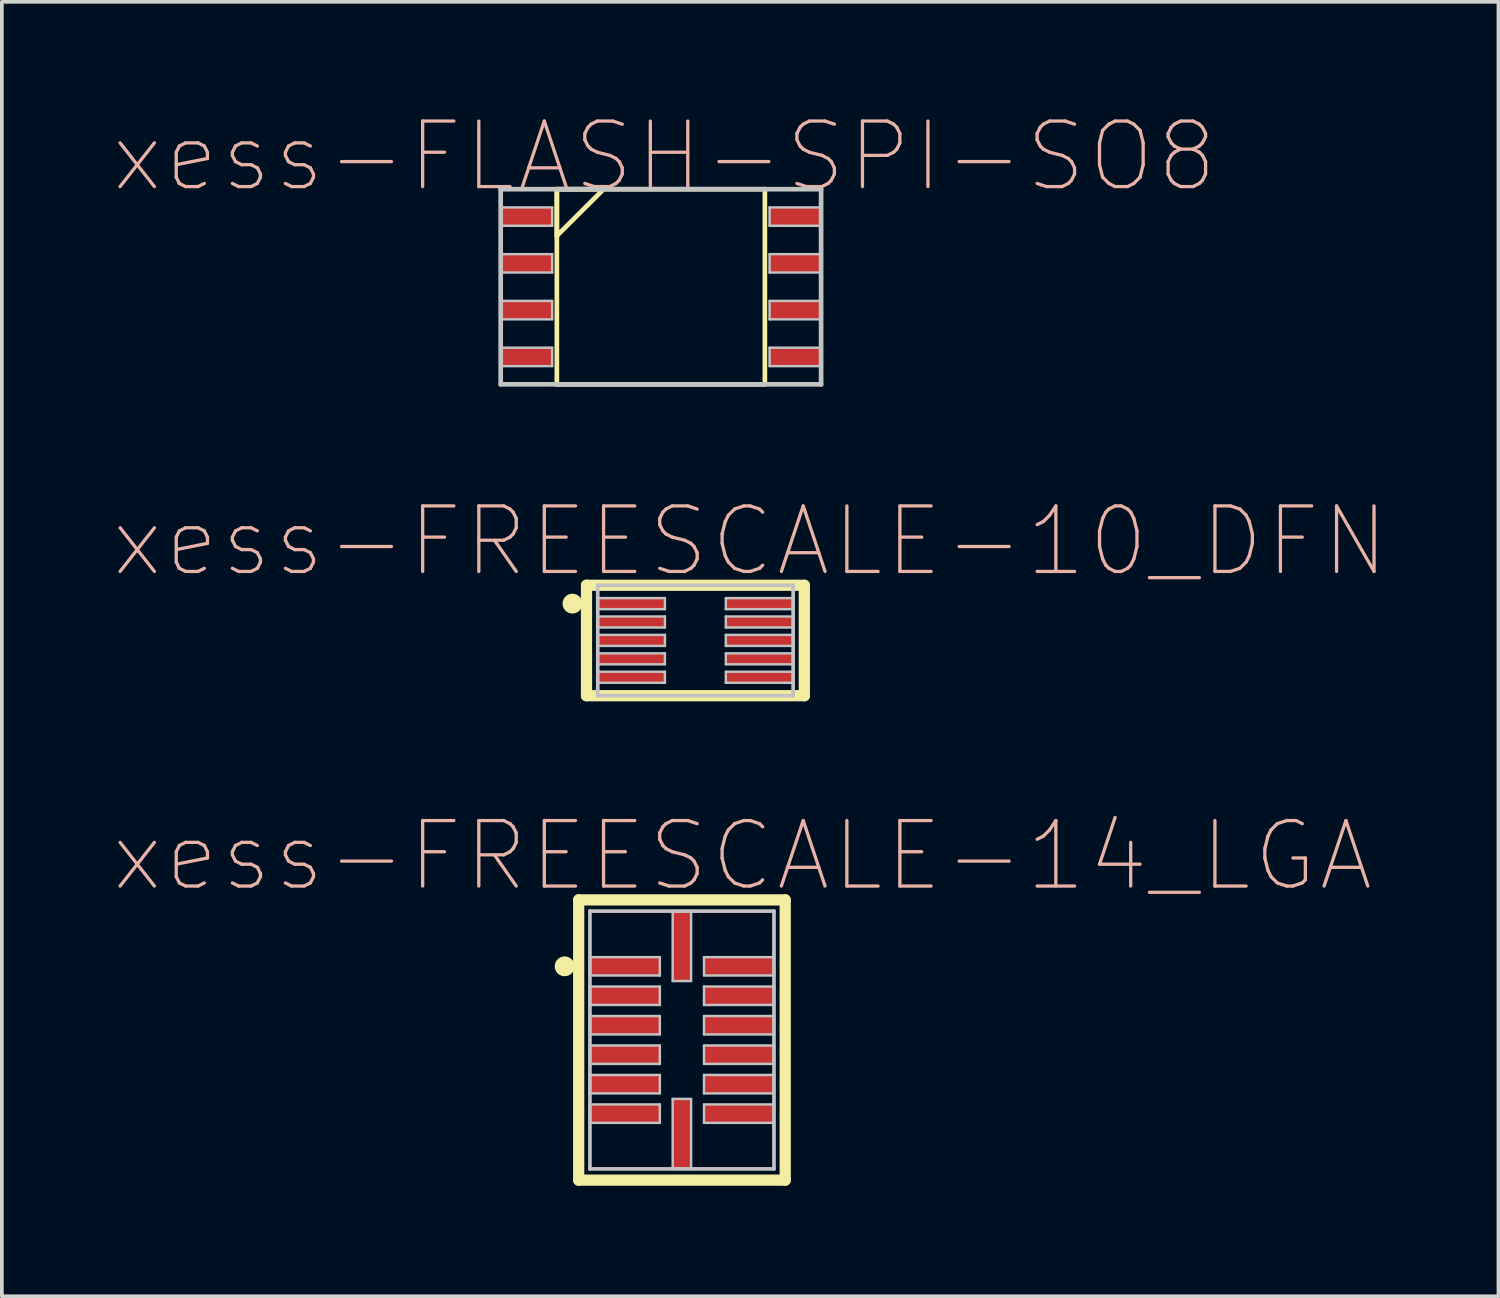
<source format=kicad_pcb>
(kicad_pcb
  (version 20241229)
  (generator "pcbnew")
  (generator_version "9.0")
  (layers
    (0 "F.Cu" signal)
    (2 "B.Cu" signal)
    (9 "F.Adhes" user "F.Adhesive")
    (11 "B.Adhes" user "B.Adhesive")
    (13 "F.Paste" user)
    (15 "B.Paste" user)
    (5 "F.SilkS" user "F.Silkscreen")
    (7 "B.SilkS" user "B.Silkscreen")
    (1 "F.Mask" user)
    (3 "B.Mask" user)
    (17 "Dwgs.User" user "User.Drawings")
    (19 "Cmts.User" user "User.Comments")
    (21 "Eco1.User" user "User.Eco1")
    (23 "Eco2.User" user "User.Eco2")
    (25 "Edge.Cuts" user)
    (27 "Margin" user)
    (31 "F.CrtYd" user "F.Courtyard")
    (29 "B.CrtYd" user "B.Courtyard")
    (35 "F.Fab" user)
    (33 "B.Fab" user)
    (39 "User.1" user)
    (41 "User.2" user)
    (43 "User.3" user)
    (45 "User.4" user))
  (footprint "xess-FREESCALE-10_DFN"
    (layer "F.Cu")
    (at 14.793 13.335)
    (property "Reference" "xess-FREESCALE-10_DFN" (at 2.52 -1.692 0) (layer "B.SilkS") (effects (font (size 1.778 1.778) (thickness 0.089))))
    (attr smd)
    (fp_line (start -1.923 -0.498) (end -1.923 2.499) (stroke (width 0.305) (type solid)) (layer "F.SilkS"))
    (fp_line (start -1.923 2.499) (end 3.99 2.499) (stroke (width 0.305) (type solid)) (layer "F.SilkS"))
    (fp_line (start 3.99 -0.498) (end -1.923 -0.498) (stroke (width 0.305) (type solid)) (layer "F.SilkS"))
    (fp_line (start 3.99 2.499) (end 3.99 -0.498) (stroke (width 0.305) (type solid)) (layer "F.SilkS"))
    (fp_circle (center -2.304 0) (end -2.494 0.191) (stroke (width 0) (type solid)) (fill yes) (layer "F.SilkS"))
    (fp_line (start -1.618 -0.498) (end -1.618 2.499) (stroke (width 0.1) (type solid)) (layer "Dwgs.User"))
    (fp_line (start -1.618 -0.15) (end 0.206 -0.15) (stroke (width 0.066) (type solid)) (layer "Dwgs.User"))
    (fp_line (start -1.618 0.15) (end -1.618 -0.15) (stroke (width 0.066) (type solid)) (layer "Dwgs.User"))
    (fp_line (start -1.618 0.15) (end 0.206 0.15) (stroke (width 0.066) (type solid)) (layer "Dwgs.User"))
    (fp_line (start -1.618 0.348) (end 0.206 0.348) (stroke (width 0.066) (type solid)) (layer "Dwgs.User"))
    (fp_line (start -1.618 0.648) (end -1.618 0.348) (stroke (width 0.066) (type solid)) (layer "Dwgs.User"))
    (fp_line (start -1.618 0.648) (end 0.206 0.648) (stroke (width 0.066) (type solid)) (layer "Dwgs.User"))
    (fp_line (start -1.618 0.848) (end 0.206 0.848) (stroke (width 0.066) (type solid)) (layer "Dwgs.User"))
    (fp_line (start -1.618 1.148) (end -1.618 0.848) (stroke (width 0.066) (type solid)) (layer "Dwgs.User"))
    (fp_line (start -1.618 1.148) (end 0.206 1.148) (stroke (width 0.066) (type solid)) (layer "Dwgs.User"))
    (fp_line (start -1.618 1.349) (end 0.206 1.349) (stroke (width 0.066) (type solid)) (layer "Dwgs.User"))
    (fp_line (start -1.618 1.648) (end -1.618 1.349) (stroke (width 0.066) (type solid)) (layer "Dwgs.User"))
    (fp_line (start -1.618 1.648) (end 0.206 1.648) (stroke (width 0.066) (type solid)) (layer "Dwgs.User"))
    (fp_line (start -1.618 1.849) (end 0.206 1.849) (stroke (width 0.066) (type solid)) (layer "Dwgs.User"))
    (fp_line (start -1.618 2.149) (end -1.618 1.849) (stroke (width 0.066) (type solid)) (layer "Dwgs.User"))
    (fp_line (start -1.618 2.149) (end 0.206 2.149) (stroke (width 0.066) (type solid)) (layer "Dwgs.User"))
    (fp_line (start -1.618 2.499) (end 3.686 2.499) (stroke (width 0.1) (type solid)) (layer "Dwgs.User"))
    (fp_line (start 0.206 0.15) (end 0.206 -0.15) (stroke (width 0.066) (type solid)) (layer "Dwgs.User"))
    (fp_line (start 0.206 0.648) (end 0.206 0.348) (stroke (width 0.066) (type solid)) (layer "Dwgs.User"))
    (fp_line (start 0.206 1.148) (end 0.206 0.848) (stroke (width 0.066) (type solid)) (layer "Dwgs.User"))
    (fp_line (start 0.206 1.648) (end 0.206 1.349) (stroke (width 0.066) (type solid)) (layer "Dwgs.User"))
    (fp_line (start 0.206 2.149) (end 0.206 1.849) (stroke (width 0.066) (type solid)) (layer "Dwgs.User"))
    (fp_line (start 1.859 -0.15) (end 3.686 -0.15) (stroke (width 0.066) (type solid)) (layer "Dwgs.User"))
    (fp_line (start 1.859 0.15) (end 1.859 -0.15) (stroke (width 0.066) (type solid)) (layer "Dwgs.User"))
    (fp_line (start 1.859 0.15) (end 3.686 0.15) (stroke (width 0.066) (type solid)) (layer "Dwgs.User"))
    (fp_line (start 1.859 0.348) (end 3.686 0.348) (stroke (width 0.066) (type solid)) (layer "Dwgs.User"))
    (fp_line (start 1.859 0.648) (end 1.859 0.348) (stroke (width 0.066) (type solid)) (layer "Dwgs.User"))
    (fp_line (start 1.859 0.648) (end 3.686 0.648) (stroke (width 0.066) (type solid)) (layer "Dwgs.User"))
    (fp_line (start 1.859 0.848) (end 3.686 0.848) (stroke (width 0.066) (type solid)) (layer "Dwgs.User"))
    (fp_line (start 1.859 1.148) (end 1.859 0.848) (stroke (width 0.066) (type solid)) (layer "Dwgs.User"))
    (fp_line (start 1.859 1.148) (end 3.686 1.148) (stroke (width 0.066) (type solid)) (layer "Dwgs.User"))
    (fp_line (start 1.859 1.349) (end 3.686 1.349) (stroke (width 0.066) (type solid)) (layer "Dwgs.User"))
    (fp_line (start 1.859 1.648) (end 1.859 1.349) (stroke (width 0.066) (type solid)) (layer "Dwgs.User"))
    (fp_line (start 1.859 1.648) (end 3.686 1.648) (stroke (width 0.066) (type solid)) (layer "Dwgs.User"))
    (fp_line (start 1.859 1.849) (end 3.686 1.849) (stroke (width 0.066) (type solid)) (layer "Dwgs.User"))
    (fp_line (start 1.859 2.149) (end 1.859 1.849) (stroke (width 0.066) (type solid)) (layer "Dwgs.User"))
    (fp_line (start 1.859 2.149) (end 3.686 2.149) (stroke (width 0.066) (type solid)) (layer "Dwgs.User"))
    (fp_line (start 3.686 -0.498) (end -1.618 -0.498) (stroke (width 0.1) (type solid)) (layer "Dwgs.User"))
    (fp_line (start 3.686 0.15) (end 3.686 -0.15) (stroke (width 0.066) (type solid)) (layer "Dwgs.User"))
    (fp_line (start 3.686 0.648) (end 3.686 0.348) (stroke (width 0.066) (type solid)) (layer "Dwgs.User"))
    (fp_line (start 3.686 1.148) (end 3.686 0.848) (stroke (width 0.066) (type solid)) (layer "Dwgs.User"))
    (fp_line (start 3.686 1.648) (end 3.686 1.349) (stroke (width 0.066) (type solid)) (layer "Dwgs.User"))
    (fp_line (start 3.686 2.149) (end 3.686 1.849) (stroke (width 0.066) (type solid)) (layer "Dwgs.User"))
    (fp_line (start 3.686 2.499) (end 3.686 -0.498) (stroke (width 0.1) (type solid)) (layer "Dwgs.User"))
    (pad "1" smd rect (at -0.706 0) (size 1.824 0.3) (layers "F.Cu" "F.Mask" "F.Paste"))
    (pad "2" smd rect (at -0.706 0.498) (size 1.824 0.3) (layers "F.Cu" "F.Mask" "F.Paste"))
    (pad "3" smd rect (at -0.706 0.998) (size 1.824 0.3) (layers "F.Cu" "F.Mask" "F.Paste"))
    (pad "4" smd rect (at -0.706 1.499) (size 1.824 0.3) (layers "F.Cu" "F.Mask" "F.Paste"))
    (pad "5" smd rect (at -0.706 1.999) (size 1.824 0.3) (layers "F.Cu" "F.Mask" "F.Paste"))
    (pad "6" smd rect (at 2.774 1.999) (size 1.824 0.3) (layers "F.Cu" "F.Mask" "F.Paste"))
    (pad "7" smd rect (at 2.774 1.499) (size 1.824 0.3) (layers "F.Cu" "F.Mask" "F.Paste"))
    (pad "8" smd rect (at 2.774 0.998) (size 1.824 0.3) (layers "F.Cu" "F.Mask" "F.Paste"))
    (pad "9" smd rect (at 2.774 0.498) (size 1.824 0.3) (layers "F.Cu" "F.Mask" "F.Paste"))
    (pad "10" smd rect (at 2.774 0) (size 1.824 0.3) (layers "F.Cu" "F.Mask" "F.Paste")))
  (footprint "xess-FLASH-SPI-SO8"
    (layer "F.Cu")
    (at 11.339 2.829)
    (property "Reference" "xess-FLASH-SPI-SO8" (at 3.645 -1.633 0) (layer "B.SilkS") (effects (font (size 1.778 1.778) (thickness 0.089))))
    (attr smd)
    (fp_line (start 0.726 -0.744) (end 0.726 0.523) (stroke (width 0.127) (type solid)) (layer "F.SilkS"))
    (fp_line (start 0.726 -0.744) (end 0.726 4.554) (stroke (width 0.127) (type solid)) (layer "F.SilkS"))
    (fp_line (start 0.726 0.523) (end 1.996 -0.744) (stroke (width 0.127) (type solid)) (layer "F.SilkS"))
    (fp_line (start 0.726 4.554) (end 6.373 4.554) (stroke (width 0.127) (type solid)) (layer "F.SilkS"))
    (fp_line (start 1.996 -0.744) (end 0.726 -0.744) (stroke (width 0.127) (type solid)) (layer "F.SilkS"))
    (fp_line (start 6.373 -0.744) (end 0.726 -0.744) (stroke (width 0.127) (type solid)) (layer "F.SilkS"))
    (fp_line (start 6.373 4.554) (end 6.373 -0.744) (stroke (width 0.127) (type solid)) (layer "F.SilkS"))
    (fp_line (start -0.798 -0.744) (end -0.798 4.554) (stroke (width 0.127) (type solid)) (layer "Dwgs.User"))
    (fp_line (start -0.798 -0.249) (end 0.599 -0.249) (stroke (width 0.066) (type solid)) (layer "Dwgs.User"))
    (fp_line (start -0.798 0.249) (end -0.798 -0.249) (stroke (width 0.066) (type solid)) (layer "Dwgs.User"))
    (fp_line (start -0.798 0.249) (end 0.599 0.249) (stroke (width 0.066) (type solid)) (layer "Dwgs.User"))
    (fp_line (start -0.798 1.019) (end 0.599 1.019) (stroke (width 0.066) (type solid)) (layer "Dwgs.User"))
    (fp_line (start -0.798 1.519) (end -0.798 1.019) (stroke (width 0.066) (type solid)) (layer "Dwgs.User"))
    (fp_line (start -0.798 1.519) (end 0.599 1.519) (stroke (width 0.066) (type solid)) (layer "Dwgs.User"))
    (fp_line (start -0.798 2.289) (end 0.599 2.289) (stroke (width 0.066) (type solid)) (layer "Dwgs.User"))
    (fp_line (start -0.798 2.789) (end -0.798 2.289) (stroke (width 0.066) (type solid)) (layer "Dwgs.User"))
    (fp_line (start -0.798 2.789) (end 0.599 2.789) (stroke (width 0.066) (type solid)) (layer "Dwgs.User"))
    (fp_line (start -0.798 3.559) (end 0.599 3.559) (stroke (width 0.066) (type solid)) (layer "Dwgs.User"))
    (fp_line (start -0.798 4.059) (end -0.798 3.559) (stroke (width 0.066) (type solid)) (layer "Dwgs.User"))
    (fp_line (start -0.798 4.059) (end 0.599 4.059) (stroke (width 0.066) (type solid)) (layer "Dwgs.User"))
    (fp_line (start -0.798 4.554) (end 7.899 4.554) (stroke (width 0.127) (type solid)) (layer "Dwgs.User"))
    (fp_line (start 0.599 0.249) (end 0.599 -0.249) (stroke (width 0.066) (type solid)) (layer "Dwgs.User"))
    (fp_line (start 0.599 1.519) (end 0.599 1.019) (stroke (width 0.066) (type solid)) (layer "Dwgs.User"))
    (fp_line (start 0.599 2.789) (end 0.599 2.289) (stroke (width 0.066) (type solid)) (layer "Dwgs.User"))
    (fp_line (start 0.599 4.059) (end 0.599 3.559) (stroke (width 0.066) (type solid)) (layer "Dwgs.User"))
    (fp_line (start 6.5 -0.249) (end 7.899 -0.249) (stroke (width 0.066) (type solid)) (layer "Dwgs.User"))
    (fp_line (start 6.5 0.249) (end 6.5 -0.249) (stroke (width 0.066) (type solid)) (layer "Dwgs.User"))
    (fp_line (start 6.5 0.249) (end 7.899 0.249) (stroke (width 0.066) (type solid)) (layer "Dwgs.User"))
    (fp_line (start 6.5 1.019) (end 7.899 1.019) (stroke (width 0.066) (type solid)) (layer "Dwgs.User"))
    (fp_line (start 6.5 1.519) (end 6.5 1.019) (stroke (width 0.066) (type solid)) (layer "Dwgs.User"))
    (fp_line (start 6.5 1.519) (end 7.899 1.519) (stroke (width 0.066) (type solid)) (layer "Dwgs.User"))
    (fp_line (start 6.5 2.289) (end 7.899 2.289) (stroke (width 0.066) (type solid)) (layer "Dwgs.User"))
    (fp_line (start 6.5 2.789) (end 6.5 2.289) (stroke (width 0.066) (type solid)) (layer "Dwgs.User"))
    (fp_line (start 6.5 2.789) (end 7.899 2.789) (stroke (width 0.066) (type solid)) (layer "Dwgs.User"))
    (fp_line (start 6.5 3.559) (end 7.899 3.559) (stroke (width 0.066) (type solid)) (layer "Dwgs.User"))
    (fp_line (start 6.5 4.059) (end 6.5 3.559) (stroke (width 0.066) (type solid)) (layer "Dwgs.User"))
    (fp_line (start 6.5 4.059) (end 7.899 4.059) (stroke (width 0.066) (type solid)) (layer "Dwgs.User"))
    (fp_line (start 7.899 -0.744) (end -0.798 -0.744) (stroke (width 0.127) (type solid)) (layer "Dwgs.User"))
    (fp_line (start 7.899 0.249) (end 7.899 -0.249) (stroke (width 0.066) (type solid)) (layer "Dwgs.User"))
    (fp_line (start 7.899 1.519) (end 7.899 1.019) (stroke (width 0.066) (type solid)) (layer "Dwgs.User"))
    (fp_line (start 7.899 2.789) (end 7.899 2.289) (stroke (width 0.066) (type solid)) (layer "Dwgs.User"))
    (fp_line (start 7.899 4.059) (end 7.899 3.559) (stroke (width 0.066) (type solid)) (layer "Dwgs.User"))
    (fp_line (start 7.899 4.554) (end 7.899 -0.744) (stroke (width 0.127) (type solid)) (layer "Dwgs.User"))
    (pad "1" smd rect (at -0.099 0) (size 1.4 0.498) (layers "F.Cu" "F.Mask" "F.Paste"))
    (pad "2" smd rect (at -0.099 1.27) (size 1.4 0.498) (layers "F.Cu" "F.Mask" "F.Paste"))
    (pad "3" smd rect (at -0.099 2.54) (size 1.4 0.498) (layers "F.Cu" "F.Mask" "F.Paste"))
    (pad "4" smd rect (at -0.099 3.81) (size 1.4 0.498) (layers "F.Cu" "F.Mask" "F.Paste"))
    (pad "5" smd rect (at 7.198 3.81) (size 1.4 0.498) (layers "F.Cu" "F.Mask" "F.Paste"))
    (pad "6" smd rect (at 7.198 2.54) (size 1.4 0.498) (layers "F.Cu" "F.Mask" "F.Paste"))
    (pad "7" smd rect (at 7.198 1.27) (size 1.4 0.498) (layers "F.Cu" "F.Mask" "F.Paste"))
    (pad "8" smd rect (at 7.198 0) (size 1.4 0.498) (layers "F.Cu" "F.Mask" "F.Paste")))
  (footprint "xess-FREESCALE-14_LGA"
    (layer "F.Cu")
    (at 14.411 23.18)
    (property "Reference" "xess-FREESCALE-14_LGA" (at 2.69 -2.997 0) (layer "B.SilkS") (effects (font (size 1.778 1.778) (thickness 0.089))))
    (attr smd)
    (fp_line (start -1.753 -1.803) (end -1.753 5.804) (stroke (width 0.305) (type solid)) (layer "F.SilkS"))
    (fp_line (start -1.753 5.804) (end 3.853 5.804) (stroke (width 0.305) (type solid)) (layer "F.SilkS"))
    (fp_line (start 3.853 -1.803) (end -1.753 -1.803) (stroke (width 0.305) (type solid)) (layer "F.SilkS"))
    (fp_line (start 3.853 5.804) (end 3.853 -1.803) (stroke (width 0.305) (type solid)) (layer "F.SilkS"))
    (fp_circle (center -2.134 0) (end -2.324 0.191) (stroke (width 0) (type solid)) (fill yes) (layer "F.SilkS"))
    (fp_line (start -1.448 -1.499) (end -1.448 5.499) (stroke (width 0.1) (type solid)) (layer "Dwgs.User"))
    (fp_line (start -1.448 -0.249) (end 0.45 -0.249) (stroke (width 0.066) (type solid)) (layer "Dwgs.User"))
    (fp_line (start -1.448 0.249) (end -1.448 -0.249) (stroke (width 0.066) (type solid)) (layer "Dwgs.User"))
    (fp_line (start -1.448 0.249) (end 0.45 0.249) (stroke (width 0.066) (type solid)) (layer "Dwgs.User"))
    (fp_line (start -1.448 0.549) (end 0.45 0.549) (stroke (width 0.066) (type solid)) (layer "Dwgs.User"))
    (fp_line (start -1.448 1.049) (end -1.448 0.549) (stroke (width 0.066) (type solid)) (layer "Dwgs.User"))
    (fp_line (start -1.448 1.049) (end 0.45 1.049) (stroke (width 0.066) (type solid)) (layer "Dwgs.User"))
    (fp_line (start -1.448 1.349) (end 0.45 1.349) (stroke (width 0.066) (type solid)) (layer "Dwgs.User"))
    (fp_line (start -1.448 1.849) (end -1.448 1.349) (stroke (width 0.066) (type solid)) (layer "Dwgs.User"))
    (fp_line (start -1.448 1.849) (end 0.45 1.849) (stroke (width 0.066) (type solid)) (layer "Dwgs.User"))
    (fp_line (start -1.448 2.149) (end 0.45 2.149) (stroke (width 0.066) (type solid)) (layer "Dwgs.User"))
    (fp_line (start -1.448 2.649) (end -1.448 2.149) (stroke (width 0.066) (type solid)) (layer "Dwgs.User"))
    (fp_line (start -1.448 2.649) (end 0.45 2.649) (stroke (width 0.066) (type solid)) (layer "Dwgs.User"))
    (fp_line (start -1.448 2.949) (end 0.45 2.949) (stroke (width 0.066) (type solid)) (layer "Dwgs.User"))
    (fp_line (start -1.448 3.449) (end -1.448 2.949) (stroke (width 0.066) (type solid)) (layer "Dwgs.User"))
    (fp_line (start -1.448 3.449) (end 0.45 3.449) (stroke (width 0.066) (type solid)) (layer "Dwgs.User"))
    (fp_line (start -1.448 3.749) (end 0.45 3.749) (stroke (width 0.066) (type solid)) (layer "Dwgs.User"))
    (fp_line (start -1.448 4.249) (end -1.448 3.749) (stroke (width 0.066) (type solid)) (layer "Dwgs.User"))
    (fp_line (start -1.448 4.249) (end 0.45 4.249) (stroke (width 0.066) (type solid)) (layer "Dwgs.User"))
    (fp_line (start -1.448 5.499) (end 3.548 5.499) (stroke (width 0.1) (type solid)) (layer "Dwgs.User"))
    (fp_line (start 0.45 0.249) (end 0.45 -0.249) (stroke (width 0.066) (type solid)) (layer "Dwgs.User"))
    (fp_line (start 0.45 1.049) (end 0.45 0.549) (stroke (width 0.066) (type solid)) (layer "Dwgs.User"))
    (fp_line (start 0.45 1.849) (end 0.45 1.349) (stroke (width 0.066) (type solid)) (layer "Dwgs.User"))
    (fp_line (start 0.45 2.649) (end 0.45 2.149) (stroke (width 0.066) (type solid)) (layer "Dwgs.User"))
    (fp_line (start 0.45 3.449) (end 0.45 2.949) (stroke (width 0.066) (type solid)) (layer "Dwgs.User"))
    (fp_line (start 0.45 4.249) (end 0.45 3.749) (stroke (width 0.066) (type solid)) (layer "Dwgs.User"))
    (fp_line (start 0.798 -1.499) (end 1.298 -1.499) (stroke (width 0.066) (type solid)) (layer "Dwgs.User"))
    (fp_line (start 0.798 0.399) (end 0.798 -1.499) (stroke (width 0.066) (type solid)) (layer "Dwgs.User"))
    (fp_line (start 0.798 0.399) (end 1.298 0.399) (stroke (width 0.066) (type solid)) (layer "Dwgs.User"))
    (fp_line (start 0.798 3.599) (end 1.298 3.599) (stroke (width 0.066) (type solid)) (layer "Dwgs.User"))
    (fp_line (start 0.798 5.499) (end 0.798 3.599) (stroke (width 0.066) (type solid)) (layer "Dwgs.User"))
    (fp_line (start 0.798 5.499) (end 1.298 5.499) (stroke (width 0.066) (type solid)) (layer "Dwgs.User"))
    (fp_line (start 1.298 0.399) (end 1.298 -1.499) (stroke (width 0.066) (type solid)) (layer "Dwgs.User"))
    (fp_line (start 1.298 5.499) (end 1.298 3.599) (stroke (width 0.066) (type solid)) (layer "Dwgs.User"))
    (fp_line (start 1.648 -0.249) (end 3.548 -0.249) (stroke (width 0.066) (type solid)) (layer "Dwgs.User"))
    (fp_line (start 1.648 0.249) (end 1.648 -0.249) (stroke (width 0.066) (type solid)) (layer "Dwgs.User"))
    (fp_line (start 1.648 0.249) (end 3.548 0.249) (stroke (width 0.066) (type solid)) (layer "Dwgs.User"))
    (fp_line (start 1.648 0.549) (end 3.548 0.549) (stroke (width 0.066) (type solid)) (layer "Dwgs.User"))
    (fp_line (start 1.648 1.049) (end 1.648 0.549) (stroke (width 0.066) (type solid)) (layer "Dwgs.User"))
    (fp_line (start 1.648 1.049) (end 3.548 1.049) (stroke (width 0.066) (type solid)) (layer "Dwgs.User"))
    (fp_line (start 1.648 1.349) (end 3.548 1.349) (stroke (width 0.066) (type solid)) (layer "Dwgs.User"))
    (fp_line (start 1.648 1.849) (end 1.648 1.349) (stroke (width 0.066) (type solid)) (layer "Dwgs.User"))
    (fp_line (start 1.648 1.849) (end 3.548 1.849) (stroke (width 0.066) (type solid)) (layer "Dwgs.User"))
    (fp_line (start 1.648 2.149) (end 3.548 2.149) (stroke (width 0.066) (type solid)) (layer "Dwgs.User"))
    (fp_line (start 1.648 2.649) (end 1.648 2.149) (stroke (width 0.066) (type solid)) (layer "Dwgs.User"))
    (fp_line (start 1.648 2.649) (end 3.548 2.649) (stroke (width 0.066) (type solid)) (layer "Dwgs.User"))
    (fp_line (start 1.648 2.949) (end 3.548 2.949) (stroke (width 0.066) (type solid)) (layer "Dwgs.User"))
    (fp_line (start 1.648 3.449) (end 1.648 2.949) (stroke (width 0.066) (type solid)) (layer "Dwgs.User"))
    (fp_line (start 1.648 3.449) (end 3.548 3.449) (stroke (width 0.066) (type solid)) (layer "Dwgs.User"))
    (fp_line (start 1.648 3.749) (end 3.548 3.749) (stroke (width 0.066) (type solid)) (layer "Dwgs.User"))
    (fp_line (start 1.648 4.249) (end 1.648 3.749) (stroke (width 0.066) (type solid)) (layer "Dwgs.User"))
    (fp_line (start 1.648 4.249) (end 3.548 4.249) (stroke (width 0.066) (type solid)) (layer "Dwgs.User"))
    (fp_line (start 3.548 -1.499) (end -1.448 -1.499) (stroke (width 0.1) (type solid)) (layer "Dwgs.User"))
    (fp_line (start 3.548 0.249) (end 3.548 -0.249) (stroke (width 0.066) (type solid)) (layer "Dwgs.User"))
    (fp_line (start 3.548 1.049) (end 3.548 0.549) (stroke (width 0.066) (type solid)) (layer "Dwgs.User"))
    (fp_line (start 3.548 1.849) (end 3.548 1.349) (stroke (width 0.066) (type solid)) (layer "Dwgs.User"))
    (fp_line (start 3.548 2.649) (end 3.548 2.149) (stroke (width 0.066) (type solid)) (layer "Dwgs.User"))
    (fp_line (start 3.548 3.449) (end 3.548 2.949) (stroke (width 0.066) (type solid)) (layer "Dwgs.User"))
    (fp_line (start 3.548 4.249) (end 3.548 3.749) (stroke (width 0.066) (type solid)) (layer "Dwgs.User"))
    (fp_line (start 3.548 5.499) (end 3.548 -1.499) (stroke (width 0.1) (type solid)) (layer "Dwgs.User"))
    (pad "1" smd rect (at -0.498 0) (size 1.9 0.498) (layers "F.Cu" "F.Mask" "F.Paste"))
    (pad "2" smd rect (at -0.498 0.798) (size 1.9 0.498) (layers "F.Cu" "F.Mask" "F.Paste"))
    (pad "3" smd rect (at -0.498 1.598) (size 1.9 0.498) (layers "F.Cu" "F.Mask" "F.Paste"))
    (pad "4" smd rect (at -0.498 2.398) (size 1.9 0.498) (layers "F.Cu" "F.Mask" "F.Paste"))
    (pad "5" smd rect (at -0.498 3.198) (size 1.9 0.498) (layers "F.Cu" "F.Mask" "F.Paste"))
    (pad "6" smd rect (at -0.498 3.998) (size 1.9 0.498) (layers "F.Cu" "F.Mask" "F.Paste"))
    (pad "7" smd rect (at 1.049 4.549) (size 0.498 1.9) (layers "F.Cu" "F.Mask" "F.Paste"))
    (pad "8" smd rect (at 2.598 3.998) (size 1.9 0.498) (layers "F.Cu" "F.Mask" "F.Paste"))
    (pad "9" smd rect (at 2.598 3.198) (size 1.9 0.498) (layers "F.Cu" "F.Mask" "F.Paste"))
    (pad "10" smd rect (at 2.598 2.398) (size 1.9 0.498) (layers "F.Cu" "F.Mask" "F.Paste"))
    (pad "11" smd rect (at 2.598 1.598) (size 1.9 0.498) (layers "F.Cu" "F.Mask" "F.Paste"))
    (pad "12" smd rect (at 2.598 0.798) (size 1.9 0.498) (layers "F.Cu" "F.Mask" "F.Paste"))
    (pad "13" smd rect (at 2.598 0) (size 1.9 0.498) (layers "F.Cu" "F.Mask" "F.Paste"))
    (pad "14" smd rect (at 1.049 -0.549) (size 0.498 1.9) (layers "F.Cu" "F.Mask" "F.Paste")))
  (gr_rect
    (start -3 -3)
    (end 37.624 32.136)
    (stroke (width 0.1) (type default))
    (fill no)
    (layer "Edge.Cuts")))
</source>
